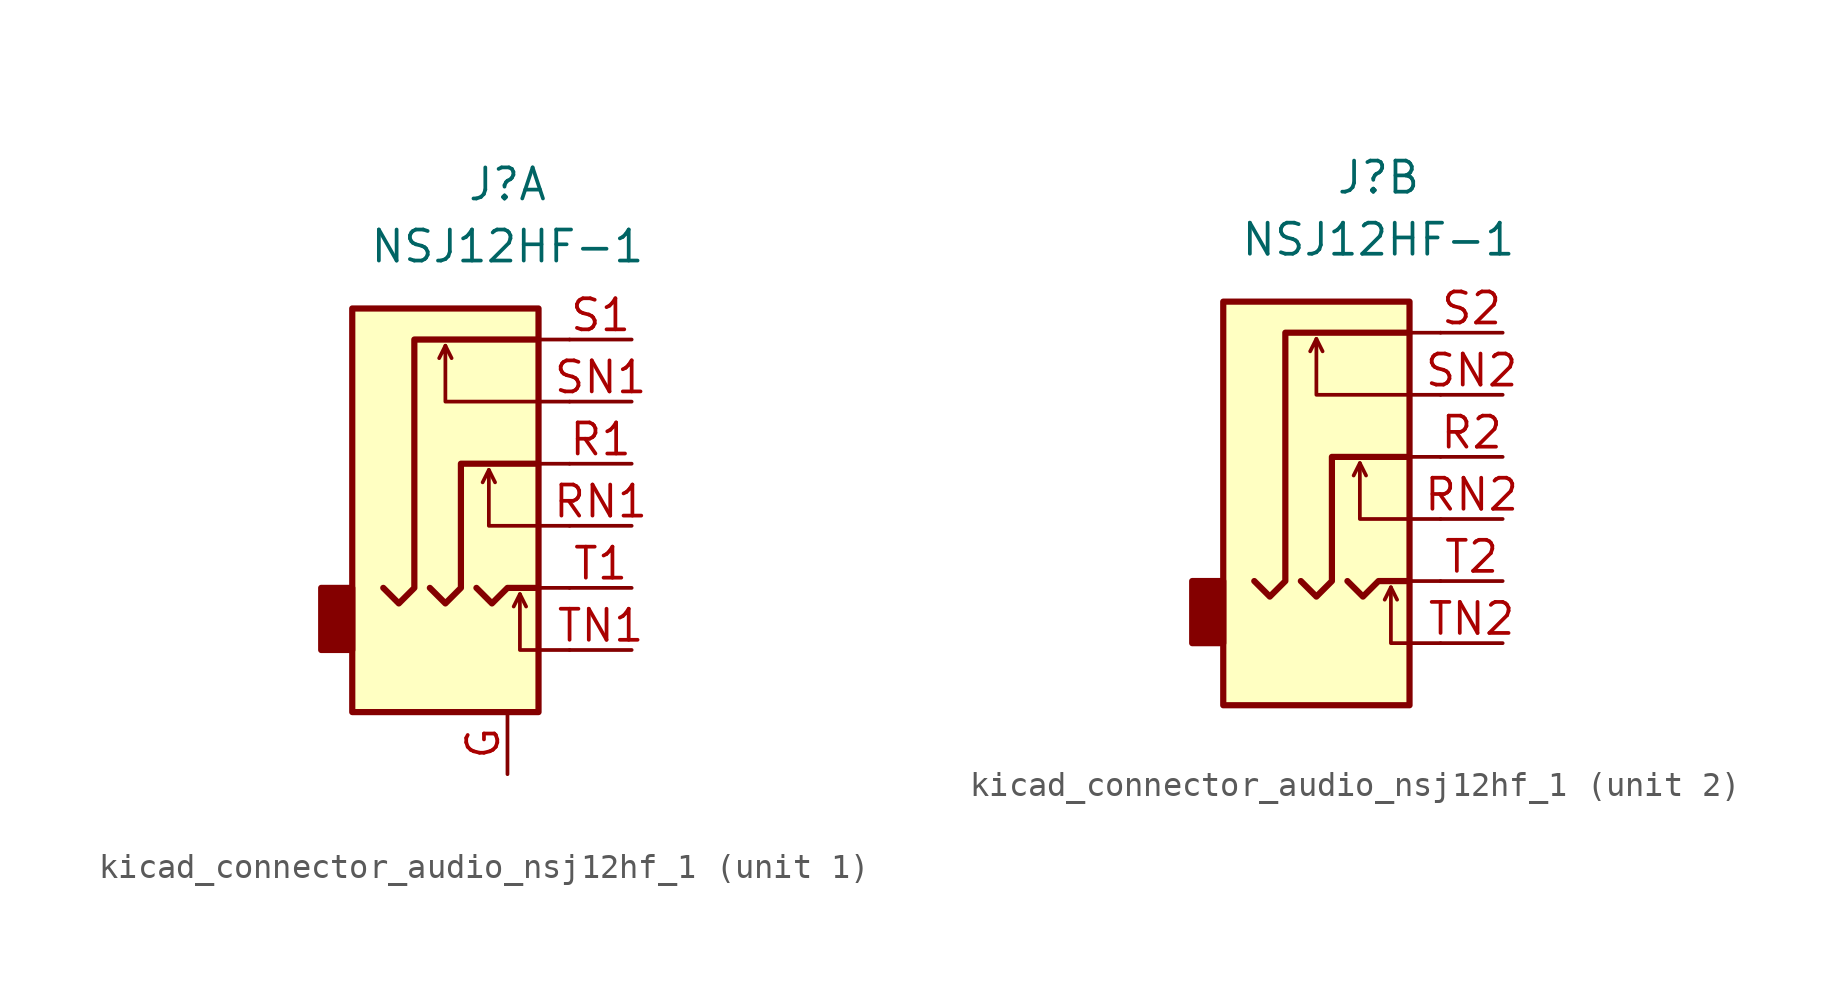
<source format=kicad_sym>
(kicad_symbol_lib
  (version 20220914)
  (generator kicad_symbol_editor)
  (symbol "kicad_connector_audio_nsj12hf_1"
    (property "Reference" "J"
      (at 0 11.43 0)
      (effects (font (size 1.27 1.27))))
    (property "Value" "NSJ12HF-1"
      (at 0 8.89 0)
      (effects (font (size 1.27 1.27))))
    (symbol "kicad_connector_audio_nsj12hf_1_0_1"
      (rectangle (start -6.35 -5.08) (end -7.62 -7.62) (stroke (width 0.254) (type default)) (fill (type outline)))
      (polyline (pts (xy -2.54 4.826) (xy -2.286 4.318)) (stroke (width 0) (type default)) (fill (type none)))
      (polyline (pts (xy -0.762 -0.254) (xy -0.508 -0.762)) (stroke (width 0) (type default)) (fill (type none)))
      (polyline (pts (xy 0.508 -5.334) (xy 0.762 -5.842)) (stroke (width 0) (type default)) (fill (type none)))
      (polyline (pts (xy 1.27 0) (xy 2.54 0)) (stroke (width 0) (type default)) (fill (type none)))
      (polyline (pts (xy 2.54 -5.08) (xy 1.27 -5.08)) (stroke (width 0) (type default)) (fill (type none)))
      (polyline (pts (xy 2.54 5.08) (xy 1.27 5.08)) (stroke (width 0) (type default)) (fill (type none)))
      (polyline (pts (xy -1.27 -5.08) (xy -0.635 -5.715) (xy 0 -5.08) (xy 1.27 -5.08)) (stroke (width 0.254) (type default)) (fill (type none)))
      (polyline (pts (xy 2.54 -7.62) (xy 0.508 -7.62) (xy 0.508 -5.334) (xy 0.254 -5.842)) (stroke (width 0) (type default)) (fill (type none)))
      (polyline (pts (xy 2.54 -2.54) (xy -0.762 -2.54) (xy -0.762 -0.254) (xy -1.016 -0.762)) (stroke (width 0) (type default)) (fill (type none)))
      (polyline (pts (xy 2.54 2.54) (xy -2.54 2.54) (xy -2.54 4.826) (xy -2.794 4.318)) (stroke (width 0) (type default)) (fill (type none)))
      (polyline (pts (xy -3.175 -5.08) (xy -2.54 -5.715) (xy -1.905 -5.08) (xy -1.905 0) (xy 1.27 0)) (stroke (width 0.254) (type default)) (fill (type none)))
      (polyline (pts (xy 1.27 5.08) (xy -3.81 5.08) (xy -3.81 -5.08) (xy -4.445 -5.715) (xy -5.08 -5.08)) (stroke (width 0.254) (type default)) (fill (type none)))
      (rectangle (start 1.27 6.35) (end -6.35 -10.16) (stroke (width 0.254) (type default)) (fill (type background))))
    (symbol "kicad_connector_audio_nsj12hf_1_1_1"
      (pin passive line (at 0 -12.7 90) (length 2.54) (name "~" (effects (font (size 1.27 1.27)))) (number "G" (effects (font (size 1.27 1.27)))))
      (pin passive line (at 5.08 0 180) (length 2.54) (name "~" (effects (font (size 1.27 1.27)))) (number "R1" (effects (font (size 1.27 1.27)))))
      (pin passive line (at 5.08 -2.54 180) (length 2.54) (name "~" (effects (font (size 1.27 1.27)))) (number "RN1" (effects (font (size 1.27 1.27)))))
      (pin passive line (at 5.08 5.08 180) (length 2.54) (name "~" (effects (font (size 1.27 1.27)))) (number "S1" (effects (font (size 1.27 1.27)))))
      (pin passive line (at 5.08 2.54 180) (length 2.54) (name "~" (effects (font (size 1.27 1.27)))) (number "SN1" (effects (font (size 1.27 1.27)))))
      (pin passive line (at 5.08 -5.08 180) (length 2.54) (name "~" (effects (font (size 1.27 1.27)))) (number "T1" (effects (font (size 1.27 1.27)))))
      (pin passive line (at 5.08 -7.62 180) (length 2.54) (name "~" (effects (font (size 1.27 1.27)))) (number "TN1" (effects (font (size 1.27 1.27))))))
    (symbol "kicad_connector_audio_nsj12hf_1_2_1"
      (pin passive line (at 5.08 0 180) (length 2.54) (name "~" (effects (font (size 1.27 1.27)))) (number "R2" (effects (font (size 1.27 1.27)))))
      (pin passive line (at 5.08 -2.54 180) (length 2.54) (name "~" (effects (font (size 1.27 1.27)))) (number "RN2" (effects (font (size 1.27 1.27)))))
      (pin passive line (at 5.08 5.08 180) (length 2.54) (name "~" (effects (font (size 1.27 1.27)))) (number "S2" (effects (font (size 1.27 1.27)))))
      (pin passive line (at 5.08 2.54 180) (length 2.54) (name "~" (effects (font (size 1.27 1.27)))) (number "SN2" (effects (font (size 1.27 1.27)))))
      (pin passive line (at 5.08 -5.08 180) (length 2.54) (name "~" (effects (font (size 1.27 1.27)))) (number "T2" (effects (font (size 1.27 1.27)))))
      (pin passive line (at 5.08 -7.62 180) (length 2.54) (name "~" (effects (font (size 1.27 1.27)))) (number "TN2" (effects (font (size 1.27 1.27))))))))
</source>
